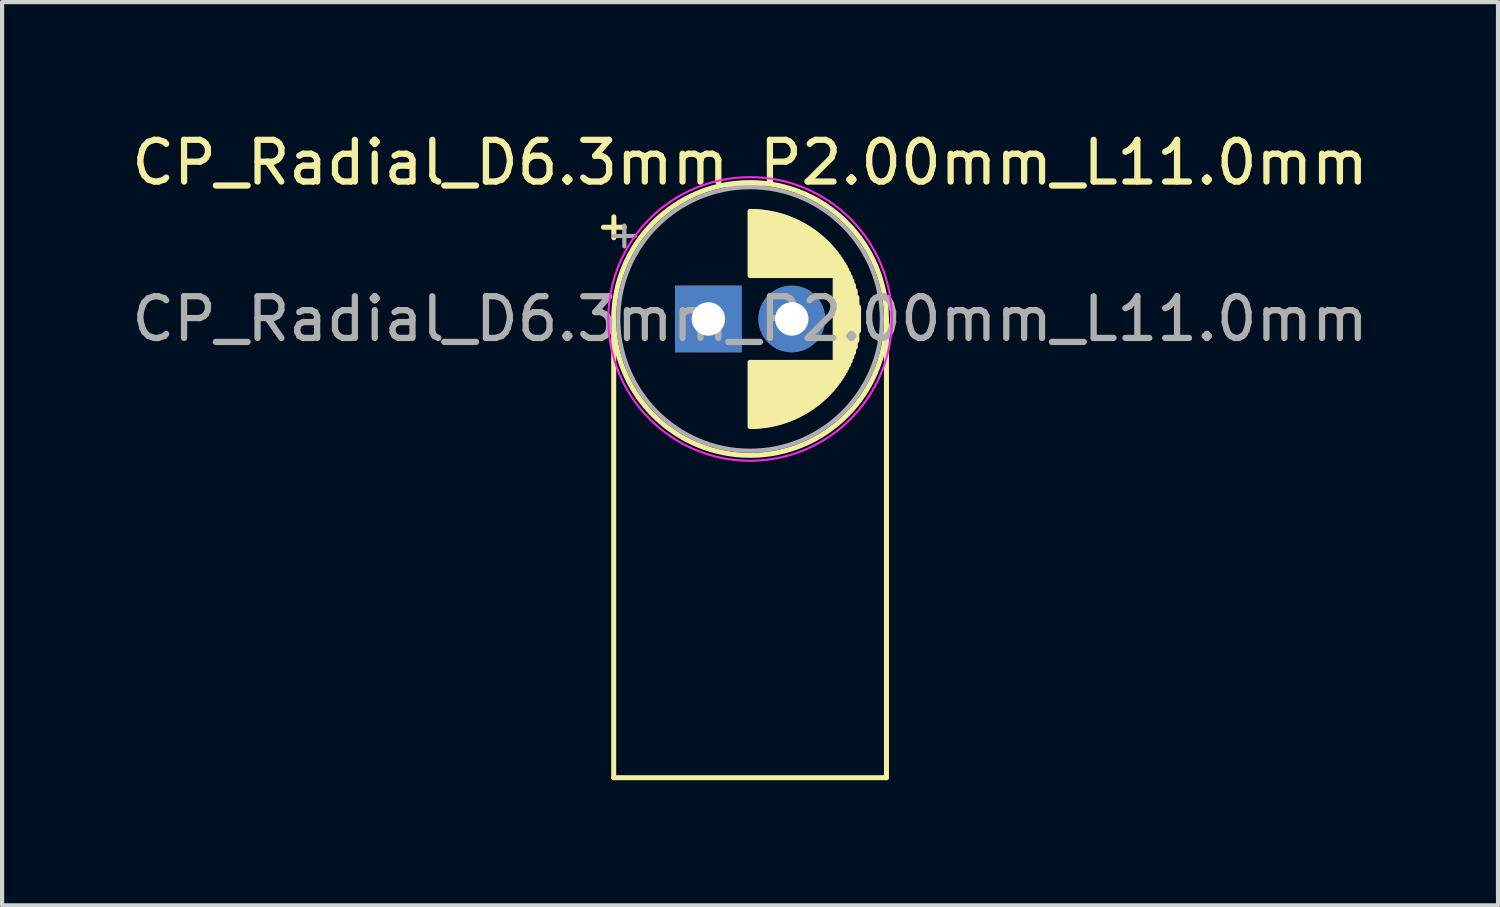
<source format=kicad_pcb>
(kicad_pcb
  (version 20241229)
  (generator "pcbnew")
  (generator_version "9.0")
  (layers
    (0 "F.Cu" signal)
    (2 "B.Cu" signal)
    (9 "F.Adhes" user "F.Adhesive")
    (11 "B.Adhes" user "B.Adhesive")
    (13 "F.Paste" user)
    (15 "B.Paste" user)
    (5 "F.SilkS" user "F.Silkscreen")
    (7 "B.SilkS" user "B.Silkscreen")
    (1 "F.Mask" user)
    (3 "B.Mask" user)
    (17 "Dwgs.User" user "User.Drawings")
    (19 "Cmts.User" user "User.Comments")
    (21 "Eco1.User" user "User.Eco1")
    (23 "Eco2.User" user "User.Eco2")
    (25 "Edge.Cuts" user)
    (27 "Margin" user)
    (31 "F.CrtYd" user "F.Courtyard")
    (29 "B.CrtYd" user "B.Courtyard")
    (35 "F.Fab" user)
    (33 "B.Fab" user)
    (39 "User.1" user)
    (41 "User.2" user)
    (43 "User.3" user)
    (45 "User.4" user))
  (footprint "CP_Radial_D6.3mm_P2.00mm_L11.0mm"
    (layer "F.Cu")
    (at 13.935 4.598)
    (property "Reference" "CP_Radial_D6.3mm_P2.00mm_L11.0mm" (at 1 -3.75 0) (layer "F.SilkS") (effects (font (size 1 1) (thickness 0.15))))
    (attr through_hole)
    (fp_line (start -2.516 -2.199) (end -2.016 -2.199) (stroke (width 0.12) (type solid)) (layer "F.SilkS"))
    (fp_line (start -2.27 0) (end -2.27 11) (stroke (width 0.12) (type solid)) (layer "F.SilkS"))
    (fp_line (start -2.27 11) (end 4.27 11) (stroke (width 0.12) (type solid)) (layer "F.SilkS"))
    (fp_line (start -2.266 -2.449) (end -2.266 -1.949) (stroke (width 0.12) (type solid)) (layer "F.SilkS"))
    (fp_line (start 1 -2.58) (end 1 -1.04) (stroke (width 0.12) (type solid)) (layer "F.SilkS"))
    (fp_line (start 1 1.04) (end 1 2.58) (stroke (width 0.12) (type solid)) (layer "F.SilkS"))
    (fp_line (start 1.04 -2.58) (end 1.04 -1.04) (stroke (width 0.12) (type solid)) (layer "F.SilkS"))
    (fp_line (start 1.04 1.04) (end 1.04 2.58) (stroke (width 0.12) (type solid)) (layer "F.SilkS"))
    (fp_line (start 1.08 -2.579) (end 1.08 -1.04) (stroke (width 0.12) (type solid)) (layer "F.SilkS"))
    (fp_line (start 1.08 1.04) (end 1.08 2.579) (stroke (width 0.12) (type solid)) (layer "F.SilkS"))
    (fp_line (start 1.12 -2.578) (end 1.12 -1.04) (stroke (width 0.12) (type solid)) (layer "F.SilkS"))
    (fp_line (start 1.12 1.04) (end 1.12 2.578) (stroke (width 0.12) (type solid)) (layer "F.SilkS"))
    (fp_line (start 1.16 -2.576) (end 1.16 -1.04) (stroke (width 0.12) (type solid)) (layer "F.SilkS"))
    (fp_line (start 1.16 1.04) (end 1.16 2.576) (stroke (width 0.12) (type solid)) (layer "F.SilkS"))
    (fp_line (start 1.2 -2.573) (end 1.2 -1.04) (stroke (width 0.12) (type solid)) (layer "F.SilkS"))
    (fp_line (start 1.2 1.04) (end 1.2 2.573) (stroke (width 0.12) (type solid)) (layer "F.SilkS"))
    (fp_line (start 1.24 -2.569) (end 1.24 -1.04) (stroke (width 0.12) (type solid)) (layer "F.SilkS"))
    (fp_line (start 1.24 1.04) (end 1.24 2.569) (stroke (width 0.12) (type solid)) (layer "F.SilkS"))
    (fp_line (start 1.28 -2.565) (end 1.28 -1.04) (stroke (width 0.12) (type solid)) (layer "F.SilkS"))
    (fp_line (start 1.28 1.04) (end 1.28 2.565) (stroke (width 0.12) (type solid)) (layer "F.SilkS"))
    (fp_line (start 1.32 -2.561) (end 1.32 -1.04) (stroke (width 0.12) (type solid)) (layer "F.SilkS"))
    (fp_line (start 1.32 1.04) (end 1.32 2.561) (stroke (width 0.12) (type solid)) (layer "F.SilkS"))
    (fp_line (start 1.36 -2.556) (end 1.36 -1.04) (stroke (width 0.12) (type solid)) (layer "F.SilkS"))
    (fp_line (start 1.36 1.04) (end 1.36 2.556) (stroke (width 0.12) (type solid)) (layer "F.SilkS"))
    (fp_line (start 1.4 -2.55) (end 1.4 -1.04) (stroke (width 0.12) (type solid)) (layer "F.SilkS"))
    (fp_line (start 1.4 1.04) (end 1.4 2.55) (stroke (width 0.12) (type solid)) (layer "F.SilkS"))
    (fp_line (start 1.44 -2.543) (end 1.44 -1.04) (stroke (width 0.12) (type solid)) (layer "F.SilkS"))
    (fp_line (start 1.44 1.04) (end 1.44 2.543) (stroke (width 0.12) (type solid)) (layer "F.SilkS"))
    (fp_line (start 1.48 -2.536) (end 1.48 -1.04) (stroke (width 0.12) (type solid)) (layer "F.SilkS"))
    (fp_line (start 1.48 1.04) (end 1.48 2.536) (stroke (width 0.12) (type solid)) (layer "F.SilkS"))
    (fp_line (start 1.52 -2.528) (end 1.52 -1.04) (stroke (width 0.12) (type solid)) (layer "F.SilkS"))
    (fp_line (start 1.52 1.04) (end 1.52 2.528) (stroke (width 0.12) (type solid)) (layer "F.SilkS"))
    (fp_line (start 1.56 -2.52) (end 1.56 -1.04) (stroke (width 0.12) (type solid)) (layer "F.SilkS"))
    (fp_line (start 1.56 1.04) (end 1.56 2.52) (stroke (width 0.12) (type solid)) (layer "F.SilkS"))
    (fp_line (start 1.6 -2.511) (end 1.6 -1.04) (stroke (width 0.12) (type solid)) (layer "F.SilkS"))
    (fp_line (start 1.6 1.04) (end 1.6 2.511) (stroke (width 0.12) (type solid)) (layer "F.SilkS"))
    (fp_line (start 1.64 -2.501) (end 1.64 -1.04) (stroke (width 0.12) (type solid)) (layer "F.SilkS"))
    (fp_line (start 1.64 1.04) (end 1.64 2.501) (stroke (width 0.12) (type solid)) (layer "F.SilkS"))
    (fp_line (start 1.68 -2.491) (end 1.68 -1.04) (stroke (width 0.12) (type solid)) (layer "F.SilkS"))
    (fp_line (start 1.68 1.04) (end 1.68 2.491) (stroke (width 0.12) (type solid)) (layer "F.SilkS"))
    (fp_line (start 1.721 -2.48) (end 1.721 -1.04) (stroke (width 0.12) (type solid)) (layer "F.SilkS"))
    (fp_line (start 1.721 1.04) (end 1.721 2.48) (stroke (width 0.12) (type solid)) (layer "F.SilkS"))
    (fp_line (start 1.761 -2.468) (end 1.761 -1.04) (stroke (width 0.12) (type solid)) (layer "F.SilkS"))
    (fp_line (start 1.761 1.04) (end 1.761 2.468) (stroke (width 0.12) (type solid)) (layer "F.SilkS"))
    (fp_line (start 1.801 -2.455) (end 1.801 -1.04) (stroke (width 0.12) (type solid)) (layer "F.SilkS"))
    (fp_line (start 1.801 1.04) (end 1.801 2.455) (stroke (width 0.12) (type solid)) (layer "F.SilkS"))
    (fp_line (start 1.841 -2.442) (end 1.841 -1.04) (stroke (width 0.12) (type solid)) (layer "F.SilkS"))
    (fp_line (start 1.841 1.04) (end 1.841 2.442) (stroke (width 0.12) (type solid)) (layer "F.SilkS"))
    (fp_line (start 1.881 -2.428) (end 1.881 -1.04) (stroke (width 0.12) (type solid)) (layer "F.SilkS"))
    (fp_line (start 1.881 1.04) (end 1.881 2.428) (stroke (width 0.12) (type solid)) (layer "F.SilkS"))
    (fp_line (start 1.921 -2.414) (end 1.921 -1.04) (stroke (width 0.12) (type solid)) (layer "F.SilkS"))
    (fp_line (start 1.921 1.04) (end 1.921 2.414) (stroke (width 0.12) (type solid)) (layer "F.SilkS"))
    (fp_line (start 1.961 -2.398) (end 1.961 -1.04) (stroke (width 0.12) (type solid)) (layer "F.SilkS"))
    (fp_line (start 1.961 1.04) (end 1.961 2.398) (stroke (width 0.12) (type solid)) (layer "F.SilkS"))
    (fp_line (start 2.001 -2.382) (end 2.001 -1.04) (stroke (width 0.12) (type solid)) (layer "F.SilkS"))
    (fp_line (start 2.001 1.04) (end 2.001 2.382) (stroke (width 0.12) (type solid)) (layer "F.SilkS"))
    (fp_line (start 2.041 -2.365) (end 2.041 -1.04) (stroke (width 0.12) (type solid)) (layer "F.SilkS"))
    (fp_line (start 2.041 1.04) (end 2.041 2.365) (stroke (width 0.12) (type solid)) (layer "F.SilkS"))
    (fp_line (start 2.081 -2.348) (end 2.081 -1.04) (stroke (width 0.12) (type solid)) (layer "F.SilkS"))
    (fp_line (start 2.081 1.04) (end 2.081 2.348) (stroke (width 0.12) (type solid)) (layer "F.SilkS"))
    (fp_line (start 2.121 -2.329) (end 2.121 -1.04) (stroke (width 0.12) (type solid)) (layer "F.SilkS"))
    (fp_line (start 2.121 1.04) (end 2.121 2.329) (stroke (width 0.12) (type solid)) (layer "F.SilkS"))
    (fp_line (start 2.161 -2.31) (end 2.161 -1.04) (stroke (width 0.12) (type solid)) (layer "F.SilkS"))
    (fp_line (start 2.161 1.04) (end 2.161 2.31) (stroke (width 0.12) (type solid)) (layer "F.SilkS"))
    (fp_line (start 2.201 -2.29) (end 2.201 -1.04) (stroke (width 0.12) (type solid)) (layer "F.SilkS"))
    (fp_line (start 2.201 1.04) (end 2.201 2.29) (stroke (width 0.12) (type solid)) (layer "F.SilkS"))
    (fp_line (start 2.241 -2.268) (end 2.241 -1.04) (stroke (width 0.12) (type solid)) (layer "F.SilkS"))
    (fp_line (start 2.241 1.04) (end 2.241 2.268) (stroke (width 0.12) (type solid)) (layer "F.SilkS"))
    (fp_line (start 2.281 -2.247) (end 2.281 -1.04) (stroke (width 0.12) (type solid)) (layer "F.SilkS"))
    (fp_line (start 2.281 1.04) (end 2.281 2.247) (stroke (width 0.12) (type solid)) (layer "F.SilkS"))
    (fp_line (start 2.321 -2.224) (end 2.321 -1.04) (stroke (width 0.12) (type solid)) (layer "F.SilkS"))
    (fp_line (start 2.321 1.04) (end 2.321 2.224) (stroke (width 0.12) (type solid)) (layer "F.SilkS"))
    (fp_line (start 2.361 -2.2) (end 2.361 -1.04) (stroke (width 0.12) (type solid)) (layer "F.SilkS"))
    (fp_line (start 2.361 1.04) (end 2.361 2.2) (stroke (width 0.12) (type solid)) (layer "F.SilkS"))
    (fp_line (start 2.401 -2.175) (end 2.401 -1.04) (stroke (width 0.12) (type solid)) (layer "F.SilkS"))
    (fp_line (start 2.401 1.04) (end 2.401 2.175) (stroke (width 0.12) (type solid)) (layer "F.SilkS"))
    (fp_line (start 2.441 -2.149) (end 2.441 -1.04) (stroke (width 0.12) (type solid)) (layer "F.SilkS"))
    (fp_line (start 2.441 1.04) (end 2.441 2.149) (stroke (width 0.12) (type solid)) (layer "F.SilkS"))
    (fp_line (start 2.481 -2.122) (end 2.481 -1.04) (stroke (width 0.12) (type solid)) (layer "F.SilkS"))
    (fp_line (start 2.481 1.04) (end 2.481 2.122) (stroke (width 0.12) (type solid)) (layer "F.SilkS"))
    (fp_line (start 2.521 -2.095) (end 2.521 -1.04) (stroke (width 0.12) (type solid)) (layer "F.SilkS"))
    (fp_line (start 2.521 1.04) (end 2.521 2.095) (stroke (width 0.12) (type solid)) (layer "F.SilkS"))
    (fp_line (start 2.561 -2.065) (end 2.561 -1.04) (stroke (width 0.12) (type solid)) (layer "F.SilkS"))
    (fp_line (start 2.561 1.04) (end 2.561 2.065) (stroke (width 0.12) (type solid)) (layer "F.SilkS"))
    (fp_line (start 2.601 -2.035) (end 2.601 -1.04) (stroke (width 0.12) (type solid)) (layer "F.SilkS"))
    (fp_line (start 2.601 1.04) (end 2.601 2.035) (stroke (width 0.12) (type solid)) (layer "F.SilkS"))
    (fp_line (start 2.641 -2.004) (end 2.641 -1.04) (stroke (width 0.12) (type solid)) (layer "F.SilkS"))
    (fp_line (start 2.641 1.04) (end 2.641 2.004) (stroke (width 0.12) (type solid)) (layer "F.SilkS"))
    (fp_line (start 2.681 -1.971) (end 2.681 -1.04) (stroke (width 0.12) (type solid)) (layer "F.SilkS"))
    (fp_line (start 2.681 1.04) (end 2.681 1.971) (stroke (width 0.12) (type solid)) (layer "F.SilkS"))
    (fp_line (start 2.721 -1.937) (end 2.721 -1.04) (stroke (width 0.12) (type solid)) (layer "F.SilkS"))
    (fp_line (start 2.721 1.04) (end 2.721 1.937) (stroke (width 0.12) (type solid)) (layer "F.SilkS"))
    (fp_line (start 2.761 -1.901) (end 2.761 -1.04) (stroke (width 0.12) (type solid)) (layer "F.SilkS"))
    (fp_line (start 2.761 1.04) (end 2.761 1.901) (stroke (width 0.12) (type solid)) (layer "F.SilkS"))
    (fp_line (start 2.801 -1.864) (end 2.801 -1.04) (stroke (width 0.12) (type solid)) (layer "F.SilkS"))
    (fp_line (start 2.801 1.04) (end 2.801 1.864) (stroke (width 0.12) (type solid)) (layer "F.SilkS"))
    (fp_line (start 2.841 -1.826) (end 2.841 -1.04) (stroke (width 0.12) (type solid)) (layer "F.SilkS"))
    (fp_line (start 2.841 1.04) (end 2.841 1.826) (stroke (width 0.12) (type solid)) (layer "F.SilkS"))
    (fp_line (start 2.881 -1.785) (end 2.881 -1.04) (stroke (width 0.12) (type solid)) (layer "F.SilkS"))
    (fp_line (start 2.881 1.04) (end 2.881 1.785) (stroke (width 0.12) (type solid)) (layer "F.SilkS"))
    (fp_line (start 2.921 -1.743) (end 2.921 -1.04) (stroke (width 0.12) (type solid)) (layer "F.SilkS"))
    (fp_line (start 2.921 1.04) (end 2.921 1.743) (stroke (width 0.12) (type solid)) (layer "F.SilkS"))
    (fp_line (start 2.961 -1.699) (end 2.961 -1.04) (stroke (width 0.12) (type solid)) (layer "F.SilkS"))
    (fp_line (start 2.961 1.04) (end 2.961 1.699) (stroke (width 0.12) (type solid)) (layer "F.SilkS"))
    (fp_line (start 3.001 -1.653) (end 3.001 -1.04) (stroke (width 0.12) (type solid)) (layer "F.SilkS"))
    (fp_line (start 3.001 1.04) (end 3.001 1.653) (stroke (width 0.12) (type solid)) (layer "F.SilkS"))
    (fp_line (start 3.041 -1.605) (end 3.041 1.605) (stroke (width 0.12) (type solid)) (layer "F.SilkS"))
    (fp_line (start 3.081 -1.554) (end 3.081 1.554) (stroke (width 0.12) (type solid)) (layer "F.SilkS"))
    (fp_line (start 3.121 -1.5) (end 3.121 1.5) (stroke (width 0.12) (type solid)) (layer "F.SilkS"))
    (fp_line (start 3.161 -1.443) (end 3.161 1.443) (stroke (width 0.12) (type solid)) (layer "F.SilkS"))
    (fp_line (start 3.201 -1.383) (end 3.201 1.383) (stroke (width 0.12) (type solid)) (layer "F.SilkS"))
    (fp_line (start 3.241 -1.319) (end 3.241 1.319) (stroke (width 0.12) (type solid)) (layer "F.SilkS"))
    (fp_line (start 3.281 -1.251) (end 3.281 1.251) (stroke (width 0.12) (type solid)) (layer "F.SilkS"))
    (fp_line (start 3.321 -1.178) (end 3.321 1.178) (stroke (width 0.12) (type solid)) (layer "F.SilkS"))
    (fp_line (start 3.361 -1.098) (end 3.361 1.098) (stroke (width 0.12) (type solid)) (layer "F.SilkS"))
    (fp_line (start 3.401 -1.011) (end 3.401 1.011) (stroke (width 0.12) (type solid)) (layer "F.SilkS"))
    (fp_line (start 3.441 -0.915) (end 3.441 0.915) (stroke (width 0.12) (type solid)) (layer "F.SilkS"))
    (fp_line (start 3.481 -0.805) (end 3.481 0.805) (stroke (width 0.12) (type solid)) (layer "F.SilkS"))
    (fp_line (start 3.521 -0.677) (end 3.521 0.677) (stroke (width 0.12) (type solid)) (layer "F.SilkS"))
    (fp_line (start 3.561 -0.518) (end 3.561 0.518) (stroke (width 0.12) (type solid)) (layer "F.SilkS"))
    (fp_line (start 3.601 -0.284) (end 3.601 0.284) (stroke (width 0.12) (type solid)) (layer "F.SilkS"))
    (fp_line (start 4.27 0) (end 4.27 11) (stroke (width 0.12) (type solid)) (layer "F.SilkS"))
    (fp_circle (center 1 0) (end 4.27 0) (stroke (width 0.12) (type solid)) (fill no) (layer "F.SilkS"))
    (fp_circle (center 1 0) (end 4.4 0) (stroke (width 0.05) (type solid)) (fill no) (layer "F.CrtYd"))
    (fp_line (start -2.264 -1.989) (end -1.764 -1.989) (stroke (width 0.1) (type solid)) (layer "F.Fab"))
    (fp_line (start -2.014 -2.239) (end -2.014 -1.739) (stroke (width 0.1) (type solid)) (layer "F.Fab"))
    (fp_circle (center 1 0) (end 4.16 0) (stroke (width 0.1) (type solid)) (fill no) (layer "F.Fab"))
    (fp_text user "${REFERENCE}" (at 1 0 0) (layer "F.Fab") (effects (font (size 1 1) (thickness 0.15))))
    (pad "1" thru_hole rect (at 0 0) (size 1.6 1.6) (drill 0.8) (layers "*.Cu" "*.Mask"))
    (pad "2" thru_hole circle (at 2 0) (size 1.6 1.6) (drill 0.8) (layers "*.Cu" "*.Mask")))
  (gr_rect
    (start -3 -3)
    (end 32.869 18.658)
    (stroke (width 0.1) (type default))
    (fill no)
    (layer "Edge.Cuts")))
</source>
